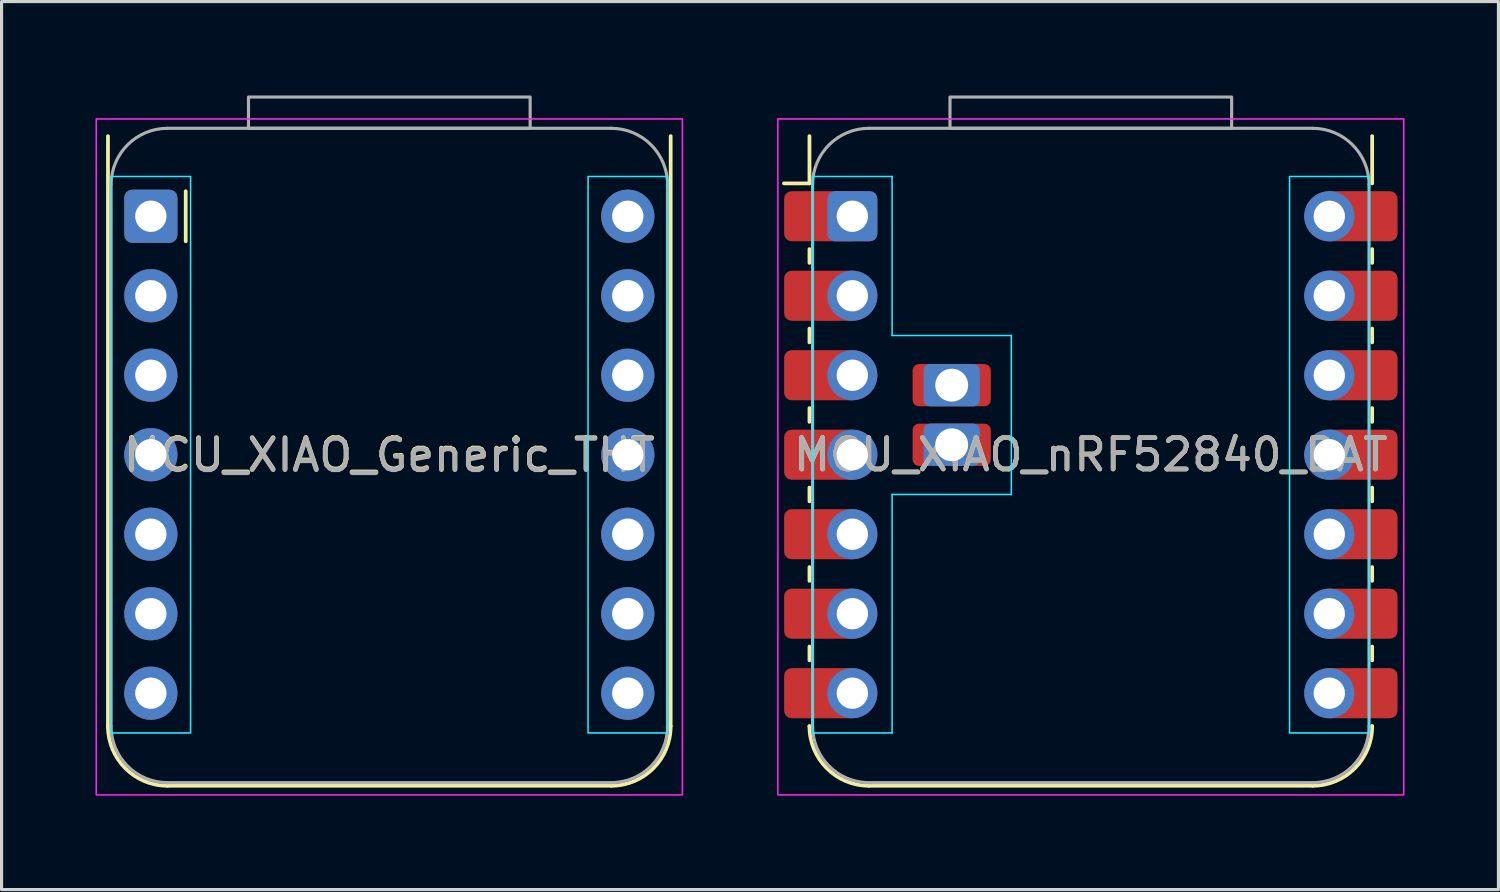
<source format=kicad_pcb>
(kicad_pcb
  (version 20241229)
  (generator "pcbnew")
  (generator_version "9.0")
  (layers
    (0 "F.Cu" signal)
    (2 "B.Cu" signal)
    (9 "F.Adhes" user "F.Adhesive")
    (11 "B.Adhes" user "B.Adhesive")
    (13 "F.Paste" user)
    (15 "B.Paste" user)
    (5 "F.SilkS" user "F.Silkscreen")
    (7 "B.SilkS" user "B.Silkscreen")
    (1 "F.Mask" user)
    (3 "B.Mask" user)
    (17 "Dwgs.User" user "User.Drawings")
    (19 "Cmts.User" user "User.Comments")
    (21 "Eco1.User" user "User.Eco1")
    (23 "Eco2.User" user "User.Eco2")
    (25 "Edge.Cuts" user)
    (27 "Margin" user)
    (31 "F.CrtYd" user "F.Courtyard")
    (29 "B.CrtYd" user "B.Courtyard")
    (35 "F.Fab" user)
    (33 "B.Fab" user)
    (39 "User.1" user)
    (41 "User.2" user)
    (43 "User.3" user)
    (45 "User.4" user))
  (footprint "MCU_XIAO_nRF52840_BAT"
    (layer "F.Cu")
    (at 31.805 3.86)
    (property "Reference" "MCU_XIAO_nRF52840_BAT" (at 0 7.62 0) (layer "F.SilkS") (effects (font (size 1 1) (thickness 0.15))))
    (attr through_hole exclude_from_pos_files exclude_from_bom)
    (fp_line (start -8.995 -1.05) (end -9.805 -1.05) (stroke (width 0.12) (type default)) (layer "F.SilkS"))
    (fp_line (start -8.99 -1.05) (end -8.99 -2.56) (stroke (width 0.12) (type default)) (layer "F.SilkS"))
    (fp_line (start -8.99 1.49) (end -8.99 1.05) (stroke (width 0.12) (type default)) (layer "F.SilkS"))
    (fp_line (start -8.99 4.03) (end -8.99 3.59) (stroke (width 0.12) (type default)) (layer "F.SilkS"))
    (fp_line (start -8.99 6.57) (end -8.99 6.13) (stroke (width 0.12) (type default)) (layer "F.SilkS"))
    (fp_line (start -8.99 9.11) (end -8.99 8.67) (stroke (width 0.12) (type default)) (layer "F.SilkS"))
    (fp_line (start -8.99 11.65) (end -8.99 11.21) (stroke (width 0.12) (type default)) (layer "F.SilkS"))
    (fp_line (start -8.99 13.75) (end -8.99 14.19) (stroke (width 0.12) (type default)) (layer "F.SilkS"))
    (fp_line (start -8.99 16.29) (end -8.99 16.297) (stroke (width 0.12) (type default)) (layer "F.SilkS"))
    (fp_line (start 7.09 18.197) (end -7.09 18.197) (stroke (width 0.12) (type default)) (layer "F.SilkS"))
    (fp_line (start 8.99 -1.05) (end 8.99 -2.56) (stroke (width 0.12) (type default)) (layer "F.SilkS"))
    (fp_line (start 8.99 1.49) (end 8.99 1.05) (stroke (width 0.12) (type default)) (layer "F.SilkS"))
    (fp_line (start 8.99 4.03) (end 8.99 3.59) (stroke (width 0.12) (type default)) (layer "F.SilkS"))
    (fp_line (start 8.99 6.57) (end 8.99 6.13) (stroke (width 0.12) (type default)) (layer "F.SilkS"))
    (fp_line (start 8.99 9.11) (end 8.99 8.67) (stroke (width 0.12) (type default)) (layer "F.SilkS"))
    (fp_line (start 8.99 11.65) (end 8.99 11.21) (stroke (width 0.12) (type default)) (layer "F.SilkS"))
    (fp_line (start 8.99 13.75) (end 8.99 14.19) (stroke (width 0.12) (type default)) (layer "F.SilkS"))
    (fp_line (start 8.99 16.29) (end 8.99 16.297) (stroke (width 0.12) (type default)) (layer "F.SilkS"))
    (fp_arc (start -7.09 18.197499) (mid -8.433503 17.641002) (end -8.99 16.2975) (stroke (width 0.12) (type default)) (layer "F.SilkS"))
    (fp_arc (start 8.989999 16.297499) (mid 8.433502 17.641002) (end 7.09 18.197499) (stroke (width 0.12) (type default)) (layer "F.SilkS"))
    (fp_line (start -8.89 -1.27) (end -8.89 16.51) (stroke (width 0.05) (type default)) (layer "B.CrtYd"))
    (fp_line (start -8.89 -1.27) (end -6.35 -1.27) (stroke (width 0.05) (type default)) (layer "B.CrtYd"))
    (fp_line (start -8.89 16.51) (end -6.35 16.51) (stroke (width 0.05) (type default)) (layer "B.CrtYd"))
    (fp_line (start -6.35 -1.27) (end -6.35 3.81) (stroke (width 0.05) (type default)) (layer "B.CrtYd"))
    (fp_line (start -6.35 8.89) (end -2.54 8.89) (stroke (width 0.05) (type default)) (layer "B.CrtYd"))
    (fp_line (start -6.35 16.51) (end -6.35 8.89) (stroke (width 0.05) (type default)) (layer "B.CrtYd"))
    (fp_line (start -2.54 3.81) (end -6.35 3.81) (stroke (width 0.05) (type default)) (layer "B.CrtYd"))
    (fp_line (start -2.54 8.89) (end -2.54 3.81) (stroke (width 0.05) (type default)) (layer "B.CrtYd"))
    (fp_rect (start 8.89 -1.27) (end 6.35 16.51) (stroke (width 0.05) (type default)) (fill no) (layer "B.CrtYd"))
    (fp_rect (start -10 -3.11) (end 10 18.49) (stroke (width 0.05) (type solid)) (fill no) (layer "F.CrtYd"))
    (fp_line (start -8.89 16.297) (end -8.89 -1.01) (stroke (width 0.1) (type default)) (layer "F.Fab"))
    (fp_line (start -7.09 -2.81) (end 7.09 -2.81) (stroke (width 0.1) (type default)) (layer "F.Fab"))
    (fp_line (start 7.09 18.098) (end -7.09 18.098) (stroke (width 0.1) (type default)) (layer "F.Fab"))
    (fp_line (start 8.89 -1.01) (end 8.89 16.297) (stroke (width 0.1) (type default)) (layer "F.Fab"))
    (fp_rect (start -4.5 -3.81) (end 4.5 -2.81) (stroke (width 0.1) (type default)) (fill no) (layer "F.Fab"))
    (fp_arc (start -8.890001 -1.01) (mid -8.362793 -2.282792) (end -7.090001 -2.81) (stroke (width 0.1) (type default)) (layer "F.Fab"))
    (fp_arc (start -7.090001 18.0975) (mid -8.362793 17.570292) (end -8.890001 16.2975) (stroke (width 0.1) (type default)) (layer "F.Fab"))
    (fp_arc (start 7.089999 -2.81) (mid 8.362791 -2.282792) (end 8.889999 -1.01) (stroke (width 0.1) (type default)) (layer "F.Fab"))
    (fp_arc (start 8.889999 16.2975) (mid 8.362791 17.570292) (end 7.089999 18.0975) (stroke (width 0.1) (type default)) (layer "F.Fab"))
    (fp_text user "${REFERENCE}" (at 0 7.62 0) (layer "F.Fab") (effects (font (size 1 1) (thickness 0.15))))
    (pad "1" smd roundrect (at -8.2 0) (size 2.4 1.6) (drill (offset -0.4 0)) (layers "F.Cu" "F.Mask" "F.Paste") (roundrect_rratio 0.15))
    (pad "1" thru_hole roundrect (at -7.62 0 90) (size 1.6 1.6) (drill 1) (layers "*.Cu" "*.Mask") (roundrect_rratio 0.15))
    (pad "2" smd roundrect (at -8.2 2.54) (size 2.4 1.6) (drill (offset -0.4 0)) (layers "F.Cu" "F.Mask" "F.Paste") (roundrect_rratio 0.15))
    (pad "2" thru_hole circle (at -7.62 2.54 90) (size 1.6 1.6) (drill 1) (layers "*.Cu" "*.Mask"))
    (pad "3" smd roundrect (at -8.2 5.08) (size 2.4 1.6) (drill (offset -0.4 0)) (layers "F.Cu" "F.Mask" "F.Paste") (roundrect_rratio 0.15))
    (pad "3" thru_hole circle (at -7.62 5.08 90) (size 1.6 1.6) (drill 1) (layers "*.Cu" "*.Mask"))
    (pad "4" smd roundrect (at -8.2 7.62) (size 2.4 1.6) (drill (offset -0.4 0)) (layers "F.Cu" "F.Mask" "F.Paste") (roundrect_rratio 0.15))
    (pad "4" thru_hole circle (at -7.62 7.62 90) (size 1.6 1.6) (drill 1) (layers "*.Cu" "*.Mask"))
    (pad "5" smd roundrect (at -8.2 10.16) (size 2.4 1.6) (drill (offset -0.4 0)) (layers "F.Cu" "F.Mask" "F.Paste") (roundrect_rratio 0.15))
    (pad "5" thru_hole circle (at -7.62 10.16 90) (size 1.6 1.6) (drill 1) (layers "*.Cu" "*.Mask"))
    (pad "6" smd roundrect (at -8.2 12.7) (size 2.4 1.6) (drill (offset -0.4 0)) (layers "F.Cu" "F.Mask" "F.Paste") (roundrect_rratio 0.15))
    (pad "6" thru_hole circle (at -7.62 12.7 90) (size 1.6 1.6) (drill 1) (layers "*.Cu" "*.Mask"))
    (pad "7" smd roundrect (at -8.2 15.24) (size 2.4 1.6) (drill (offset -0.4 0)) (layers "F.Cu" "F.Mask" "F.Paste") (roundrect_rratio 0.15))
    (pad "7" thru_hole circle (at -7.62 15.24 90) (size 1.6 1.6) (drill 1) (layers "*.Cu" "*.Mask"))
    (pad "8" thru_hole circle (at 7.62 15.24 90) (size 1.6 1.6) (drill 1) (layers "*.Cu" "*.Mask"))
    (pad "8" smd roundrect (at 8.2 15.24) (size 2.4 1.6) (drill (offset 0.4 0)) (layers "F.Cu" "F.Mask" "F.Paste") (roundrect_rratio 0.15))
    (pad "9" thru_hole circle (at 7.62 12.7 90) (size 1.6 1.6) (drill 1) (layers "*.Cu" "*.Mask"))
    (pad "9" smd roundrect (at 8.2 12.7) (size 2.4 1.6) (drill (offset 0.4 0)) (layers "F.Cu" "F.Mask" "F.Paste") (roundrect_rratio 0.15))
    (pad "10" thru_hole circle (at 7.62 10.16 90) (size 1.6 1.6) (drill 1) (layers "*.Cu" "*.Mask"))
    (pad "10" smd roundrect (at 8.2 10.16) (size 2.4 1.6) (drill (offset 0.4 0)) (layers "F.Cu" "F.Mask" "F.Paste") (roundrect_rratio 0.15))
    (pad "11" thru_hole circle (at 7.62 7.62 90) (size 1.6 1.6) (drill 1) (layers "*.Cu" "*.Mask"))
    (pad "11" smd roundrect (at 8.2 7.62) (size 2.4 1.6) (drill (offset 0.4 0)) (layers "F.Cu" "F.Mask" "F.Paste") (roundrect_rratio 0.15))
    (pad "12" thru_hole circle (at 7.62 5.08 90) (size 1.6 1.6) (drill 1) (layers "*.Cu" "*.Mask"))
    (pad "12" smd roundrect (at 8.2 5.08) (size 2.4 1.6) (drill (offset 0.4 0)) (layers "F.Cu" "F.Mask" "F.Paste") (roundrect_rratio 0.15))
    (pad "13" thru_hole circle (at 7.62 2.54 90) (size 1.6 1.6) (drill 1) (layers "*.Cu" "*.Mask"))
    (pad "13" smd roundrect (at 8.2 2.54) (size 2.4 1.6) (drill (offset 0.4 0)) (layers "F.Cu" "F.Mask" "F.Paste") (roundrect_rratio 0.15))
    (pad "14" thru_hole circle (at 7.62 0 90) (size 1.6 1.6) (drill 1) (layers "*.Cu" "*.Mask"))
    (pad "14" smd roundrect (at 8.2 0) (size 2.4 1.6) (drill (offset 0.4 0)) (layers "F.Cu" "F.Mask" "F.Paste") (roundrect_rratio 0.15))
    (pad "B1" thru_hole roundrect (at -4.445 5.397) (size 1.8 1.35) (drill 1.05) (layers "*.Cu" "*.Mask") (roundrect_rratio 0.15))
    (pad "B1" smd roundrect (at -4.445 5.397) (size 2.5 1.35) (layers "F.Cu" "F.Mask") (roundrect_rratio 0.15))
    (pad "B2" thru_hole roundrect (at -4.445 7.303) (size 1.8 1.35) (drill 1.05) (layers "*.Cu" "*.Mask") (roundrect_rratio 0.15))
    (pad "B2" smd roundrect (at -4.445 7.303) (size 2.5 1.35) (layers "F.Cu" "F.Mask") (roundrect_rratio 0.15))
    (zone (net_name "") (layer "F.Cu") (hatch edge 0.5) (connect_pads) (min_thickness 0.25) (filled_areas_thickness no) (keepout (tracks allowed) (vias not_allowed) (pads not_allowed) (copperpour allowed) (footprints allowed)) (placement (enabled no)) (fill) (polygon (pts (xy 29.635 2.007) (xy 33.975 2.007) (xy 33.975 6.348) (xy 29.635 6.348))))
    (zone (net_name "") (layer "F.Cu") (hatch edge 0.5) (connect_pads) (min_thickness 0.25) (filled_areas_thickness no) (keepout (tracks allowed) (vias not_allowed) (pads not_allowed) (copperpour allowed) (footprints allowed)) (placement (enabled no)) (fill) (polygon (pts (xy 34.94 19.438) (xy 38.195 19.438) (xy 38.195 21.938) (xy 34.94 21.938)))))
  (footprint "MCU_XIAO_Generic_THT"
    (layer "F.Cu")
    (at 9.39 3.86)
    (property "Reference" "MCU_XIAO_Generic_THT" (at 0 7.62 0) (layer "F.SilkS") (effects (font (size 1 1) (thickness 0.15))))
    (attr through_hole exclude_from_pos_files exclude_from_bom)
    (fp_line (start -8.99 -2.56) (end -8.99 16.297) (stroke (width 0.12) (type default)) (layer "F.SilkS"))
    (fp_line (start -6.506 0.8) (end -6.506 -0.8) (stroke (width 0.12) (type default)) (layer "F.SilkS"))
    (fp_line (start 7.09 18.197) (end -7.09 18.197) (stroke (width 0.12) (type default)) (layer "F.SilkS"))
    (fp_line (start 8.99 16.297) (end 8.99 -2.56) (stroke (width 0.12) (type default)) (layer "F.SilkS"))
    (fp_arc (start -7.09 18.197499) (mid -8.433503 17.641002) (end -8.99 16.2975) (stroke (width 0.12) (type default)) (layer "F.SilkS"))
    (fp_arc (start 8.989999 16.297499) (mid 8.433502 17.641002) (end 7.09 18.197499) (stroke (width 0.12) (type default)) (layer "F.SilkS"))
    (fp_rect (start -6.35 -1.27) (end -8.89 16.51) (stroke (width 0.05) (type default)) (fill no) (layer "B.CrtYd"))
    (fp_rect (start 8.89 -1.27) (end 6.35 16.51) (stroke (width 0.05) (type default)) (fill no) (layer "B.CrtYd"))
    (fp_rect (start -9.365 -3.11) (end 9.365 18.49) (stroke (width 0.05) (type solid)) (fill no) (layer "F.CrtYd"))
    (fp_line (start -8.89 16.297) (end -8.89 -1.01) (stroke (width 0.1) (type default)) (layer "F.Fab"))
    (fp_line (start -7.09 -2.81) (end 7.09 -2.81) (stroke (width 0.1) (type default)) (layer "F.Fab"))
    (fp_line (start 7.09 18.098) (end -7.09 18.098) (stroke (width 0.1) (type default)) (layer "F.Fab"))
    (fp_line (start 8.89 -1.01) (end 8.89 16.297) (stroke (width 0.1) (type default)) (layer "F.Fab"))
    (fp_rect (start -4.5 -3.81) (end 4.5 -2.81) (stroke (width 0.1) (type default)) (fill no) (layer "F.Fab"))
    (fp_arc (start -8.890001 -1.01) (mid -8.362793 -2.282792) (end -7.090001 -2.81) (stroke (width 0.1) (type default)) (layer "F.Fab"))
    (fp_arc (start -7.090001 18.0975) (mid -8.362793 17.570292) (end -8.890001 16.2975) (stroke (width 0.1) (type default)) (layer "F.Fab"))
    (fp_arc (start 7.089999 -2.81) (mid 8.362791 -2.282792) (end 8.889999 -1.01) (stroke (width 0.1) (type default)) (layer "F.Fab"))
    (fp_arc (start 8.889999 16.2975) (mid 8.362791 17.570292) (end 7.089999 18.0975) (stroke (width 0.1) (type default)) (layer "F.Fab"))
    (fp_text user "${REFERENCE}" (at 0 7.644 0) (layer "F.Fab") (effects (font (size 1 1) (thickness 0.15))))
    (pad "1" thru_hole roundrect (at -7.62 0 90) (size 1.7 1.7) (drill 1) (layers "*.Cu" "*.Mask") (roundrect_rratio 0.15))
    (pad "2" thru_hole circle (at -7.62 2.54 90) (size 1.7 1.7) (drill 1) (layers "*.Cu" "*.Mask"))
    (pad "3" thru_hole circle (at -7.62 5.08 90) (size 1.7 1.7) (drill 1) (layers "*.Cu" "*.Mask"))
    (pad "4" thru_hole circle (at -7.62 7.62 90) (size 1.7 1.7) (drill 1) (layers "*.Cu" "*.Mask"))
    (pad "5" thru_hole circle (at -7.62 10.16 90) (size 1.7 1.7) (drill 1) (layers "*.Cu" "*.Mask"))
    (pad "6" thru_hole circle (at -7.62 12.7 90) (size 1.7 1.7) (drill 1) (layers "*.Cu" "*.Mask"))
    (pad "7" thru_hole circle (at -7.62 15.24 90) (size 1.7 1.7) (drill 1) (layers "*.Cu" "*.Mask"))
    (pad "8" thru_hole circle (at 7.62 15.24 90) (size 1.7 1.7) (drill 1) (layers "*.Cu" "*.Mask"))
    (pad "9" thru_hole circle (at 7.62 12.7 90) (size 1.7 1.7) (drill 1) (layers "*.Cu" "*.Mask"))
    (pad "10" thru_hole circle (at 7.62 10.16 90) (size 1.7 1.7) (drill 1) (layers "*.Cu" "*.Mask"))
    (pad "11" thru_hole circle (at 7.62 7.62 90) (size 1.7 1.7) (drill 1) (layers "*.Cu" "*.Mask"))
    (pad "12" thru_hole circle (at 7.62 5.08 90) (size 1.7 1.7) (drill 1) (layers "*.Cu" "*.Mask"))
    (pad "13" thru_hole circle (at 7.62 2.54 90) (size 1.7 1.7) (drill 1) (layers "*.Cu" "*.Mask"))
    (pad "14" thru_hole circle (at 7.62 0 90) (size 1.7 1.7) (drill 1) (layers "*.Cu" "*.Mask")))
  (gr_rect
    (start -3 -3)
    (end 44.83 25.375)
    (stroke (width 0.1) (type default))
    (fill no)
    (layer "Edge.Cuts")))
</source>
